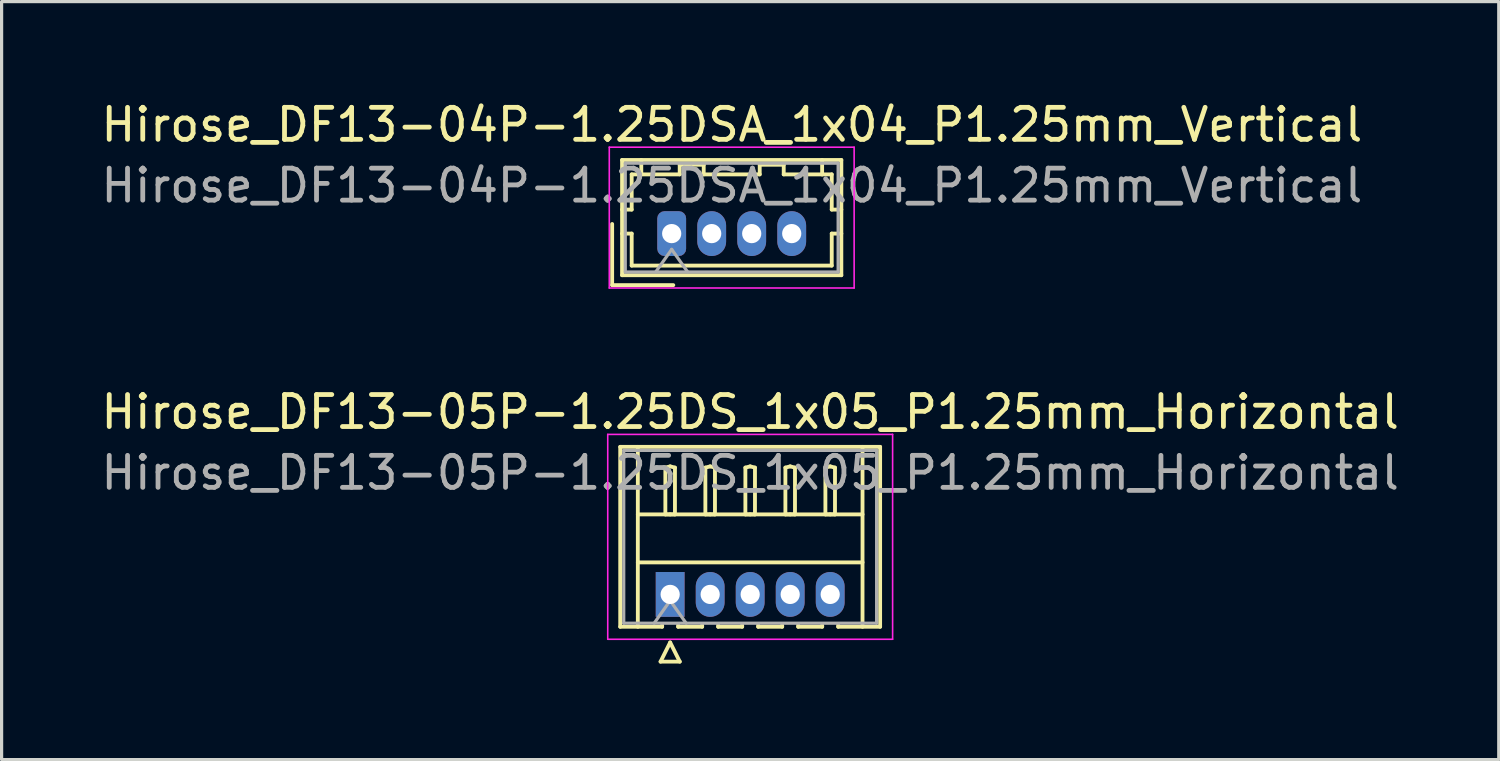
<source format=kicad_pcb>
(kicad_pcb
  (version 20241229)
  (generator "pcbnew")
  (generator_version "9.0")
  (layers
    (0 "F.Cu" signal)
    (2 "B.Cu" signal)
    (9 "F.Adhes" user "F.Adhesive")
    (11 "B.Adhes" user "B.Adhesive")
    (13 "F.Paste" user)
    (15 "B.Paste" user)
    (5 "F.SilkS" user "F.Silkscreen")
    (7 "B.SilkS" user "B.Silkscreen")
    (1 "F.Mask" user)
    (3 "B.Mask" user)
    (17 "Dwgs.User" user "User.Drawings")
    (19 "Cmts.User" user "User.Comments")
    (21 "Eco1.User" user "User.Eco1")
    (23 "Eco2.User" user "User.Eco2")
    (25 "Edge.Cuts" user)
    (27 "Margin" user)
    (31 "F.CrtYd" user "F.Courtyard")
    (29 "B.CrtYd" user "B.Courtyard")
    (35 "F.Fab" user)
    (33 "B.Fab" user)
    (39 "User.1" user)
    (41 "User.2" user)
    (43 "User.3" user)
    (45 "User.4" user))
  (footprint "Hirose_DF13-05P-1.25DS_1x05_P1.25mm_Horizontal"
    (layer "F.Cu")
    (at 17.887 15.521)
    (property "Reference" "Hirose_DF13-05P-1.25DS_1x05_P1.25mm_Horizontal" (at 2.5 -5.7 0) (layer "F.SilkS") (effects (font (size 1 1) (thickness 0.15))))
    (attr through_hole)
    (fp_line (start -1.56 -4.61) (end 6.56 -4.61) (stroke (width 0.12) (type solid)) (layer "F.SilkS"))
    (fp_line (start -1.56 1.01) (end -1.56 -4.61) (stroke (width 0.12) (type solid)) (layer "F.SilkS"))
    (fp_line (start -1.01 -4.61) (end -1.01 1.01) (stroke (width 0.12) (type solid)) (layer "F.SilkS"))
    (fp_line (start -1.01 -2.5) (end 6.01 -2.5) (stroke (width 0.12) (type solid)) (layer "F.SilkS"))
    (fp_line (start -1.01 -1) (end 6.01 -1) (stroke (width 0.12) (type solid)) (layer "F.SilkS"))
    (fp_line (start -0.3 2.1) (end 0.3 2.1) (stroke (width 0.12) (type solid)) (layer "F.SilkS"))
    (fp_line (start -0.25 0.96) (end -0.25 1.01) (stroke (width 0.12) (type solid)) (layer "F.SilkS"))
    (fp_line (start -0.25 1.01) (end -1.56 1.01) (stroke (width 0.12) (type solid)) (layer "F.SilkS"))
    (fp_line (start -0.15 -3.962) (end 0 -4) (stroke (width 0.12) (type solid)) (layer "F.SilkS"))
    (fp_line (start -0.15 -2.5) (end -0.15 -3.962) (stroke (width 0.12) (type solid)) (layer "F.SilkS"))
    (fp_line (start 0 -4) (end 0.15 -3.962) (stroke (width 0.12) (type solid)) (layer "F.SilkS"))
    (fp_line (start 0 -2.5) (end -0.15 -2.5) (stroke (width 0.12) (type solid)) (layer "F.SilkS"))
    (fp_line (start 0 1.5) (end -0.3 2.1) (stroke (width 0.12) (type solid)) (layer "F.SilkS"))
    (fp_line (start 0.15 -3.962) (end 0.15 -2.5) (stroke (width 0.12) (type solid)) (layer "F.SilkS"))
    (fp_line (start 0.15 -2.5) (end 0 -2.5) (stroke (width 0.12) (type solid)) (layer "F.SilkS"))
    (fp_line (start 0.25 0.96) (end 0.25 1.01) (stroke (width 0.12) (type solid)) (layer "F.SilkS"))
    (fp_line (start 0.25 1.01) (end 1 1.01) (stroke (width 0.12) (type solid)) (layer "F.SilkS"))
    (fp_line (start 0.3 2.1) (end 0 1.5) (stroke (width 0.12) (type solid)) (layer "F.SilkS"))
    (fp_line (start 1 1.01) (end 1 0.96) (stroke (width 0.12) (type solid)) (layer "F.SilkS"))
    (fp_line (start 1.1 -3.962) (end 1.25 -4) (stroke (width 0.12) (type solid)) (layer "F.SilkS"))
    (fp_line (start 1.1 -2.5) (end 1.1 -3.962) (stroke (width 0.12) (type solid)) (layer "F.SilkS"))
    (fp_line (start 1.25 -4) (end 1.4 -3.962) (stroke (width 0.12) (type solid)) (layer "F.SilkS"))
    (fp_line (start 1.25 -2.5) (end 1.1 -2.5) (stroke (width 0.12) (type solid)) (layer "F.SilkS"))
    (fp_line (start 1.4 -3.962) (end 1.4 -2.5) (stroke (width 0.12) (type solid)) (layer "F.SilkS"))
    (fp_line (start 1.4 -2.5) (end 1.25 -2.5) (stroke (width 0.12) (type solid)) (layer "F.SilkS"))
    (fp_line (start 1.5 0.96) (end 1.5 1.01) (stroke (width 0.12) (type solid)) (layer "F.SilkS"))
    (fp_line (start 1.5 1.01) (end 2.25 1.01) (stroke (width 0.12) (type solid)) (layer "F.SilkS"))
    (fp_line (start 2.25 1.01) (end 2.25 0.96) (stroke (width 0.12) (type solid)) (layer "F.SilkS"))
    (fp_line (start 2.35 -3.962) (end 2.5 -4) (stroke (width 0.12) (type solid)) (layer "F.SilkS"))
    (fp_line (start 2.35 -2.5) (end 2.35 -3.962) (stroke (width 0.12) (type solid)) (layer "F.SilkS"))
    (fp_line (start 2.5 -4) (end 2.65 -3.962) (stroke (width 0.12) (type solid)) (layer "F.SilkS"))
    (fp_line (start 2.5 -2.5) (end 2.35 -2.5) (stroke (width 0.12) (type solid)) (layer "F.SilkS"))
    (fp_line (start 2.65 -3.962) (end 2.65 -2.5) (stroke (width 0.12) (type solid)) (layer "F.SilkS"))
    (fp_line (start 2.65 -2.5) (end 2.5 -2.5) (stroke (width 0.12) (type solid)) (layer "F.SilkS"))
    (fp_line (start 2.75 0.96) (end 2.75 1.01) (stroke (width 0.12) (type solid)) (layer "F.SilkS"))
    (fp_line (start 2.75 1.01) (end 3.5 1.01) (stroke (width 0.12) (type solid)) (layer "F.SilkS"))
    (fp_line (start 3.5 1.01) (end 3.5 0.96) (stroke (width 0.12) (type solid)) (layer "F.SilkS"))
    (fp_line (start 3.6 -3.962) (end 3.75 -4) (stroke (width 0.12) (type solid)) (layer "F.SilkS"))
    (fp_line (start 3.6 -2.5) (end 3.6 -3.962) (stroke (width 0.12) (type solid)) (layer "F.SilkS"))
    (fp_line (start 3.75 -4) (end 3.9 -3.962) (stroke (width 0.12) (type solid)) (layer "F.SilkS"))
    (fp_line (start 3.75 -2.5) (end 3.6 -2.5) (stroke (width 0.12) (type solid)) (layer "F.SilkS"))
    (fp_line (start 3.9 -3.962) (end 3.9 -2.5) (stroke (width 0.12) (type solid)) (layer "F.SilkS"))
    (fp_line (start 3.9 -2.5) (end 3.75 -2.5) (stroke (width 0.12) (type solid)) (layer "F.SilkS"))
    (fp_line (start 4 0.96) (end 4 1.01) (stroke (width 0.12) (type solid)) (layer "F.SilkS"))
    (fp_line (start 4 1.01) (end 4.75 1.01) (stroke (width 0.12) (type solid)) (layer "F.SilkS"))
    (fp_line (start 4.75 1.01) (end 4.75 0.96) (stroke (width 0.12) (type solid)) (layer "F.SilkS"))
    (fp_line (start 4.85 -3.962) (end 5 -4) (stroke (width 0.12) (type solid)) (layer "F.SilkS"))
    (fp_line (start 4.85 -2.5) (end 4.85 -3.962) (stroke (width 0.12) (type solid)) (layer "F.SilkS"))
    (fp_line (start 5 -4) (end 5.15 -3.962) (stroke (width 0.12) (type solid)) (layer "F.SilkS"))
    (fp_line (start 5 -2.5) (end 4.85 -2.5) (stroke (width 0.12) (type solid)) (layer "F.SilkS"))
    (fp_line (start 5.15 -3.962) (end 5.15 -2.5) (stroke (width 0.12) (type solid)) (layer "F.SilkS"))
    (fp_line (start 5.15 -2.5) (end 5 -2.5) (stroke (width 0.12) (type solid)) (layer "F.SilkS"))
    (fp_line (start 5.25 1.01) (end 5.25 0.96) (stroke (width 0.12) (type solid)) (layer "F.SilkS"))
    (fp_line (start 6.01 -4.61) (end 6.01 1.01) (stroke (width 0.12) (type solid)) (layer "F.SilkS"))
    (fp_line (start 6.56 -4.61) (end 6.56 1.01) (stroke (width 0.12) (type solid)) (layer "F.SilkS"))
    (fp_line (start 6.56 1.01) (end 5.25 1.01) (stroke (width 0.12) (type solid)) (layer "F.SilkS"))
    (fp_line (start -1.95 -5) (end -1.95 1.4) (stroke (width 0.05) (type solid)) (layer "F.CrtYd"))
    (fp_line (start -1.95 1.4) (end 6.95 1.4) (stroke (width 0.05) (type solid)) (layer "F.CrtYd"))
    (fp_line (start 6.95 -5) (end -1.95 -5) (stroke (width 0.05) (type solid)) (layer "F.CrtYd"))
    (fp_line (start 6.95 1.4) (end 6.95 -5) (stroke (width 0.05) (type solid)) (layer "F.CrtYd"))
    (fp_line (start -1.45 -4.5) (end -1.45 0.9) (stroke (width 0.1) (type solid)) (layer "F.Fab"))
    (fp_line (start -1.45 0.9) (end 6.45 0.9) (stroke (width 0.1) (type solid)) (layer "F.Fab"))
    (fp_line (start -0.5 0.9) (end 0 0.193) (stroke (width 0.1) (type solid)) (layer "F.Fab"))
    (fp_line (start 0 0.193) (end 0.5 0.9) (stroke (width 0.1) (type solid)) (layer "F.Fab"))
    (fp_line (start 6.45 -4.5) (end -1.45 -4.5) (stroke (width 0.1) (type solid)) (layer "F.Fab"))
    (fp_line (start 6.45 0.9) (end 6.45 -4.5) (stroke (width 0.1) (type solid)) (layer "F.Fab"))
    (fp_text user "${REFERENCE}" (at 2.5 -3.8 0) (layer "F.Fab") (effects (font (size 1 1) (thickness 0.15))))
    (pad "1" thru_hole rect (at 0 0) (size 0.9 1.4) (drill 0.6) (layers "*.Cu" "*.Mask"))
    (pad "2" thru_hole oval (at 1.25 0) (size 0.9 1.4) (drill 0.6) (layers "*.Cu" "*.Mask"))
    (pad "3" thru_hole oval (at 2.5 0) (size 0.9 1.4) (drill 0.6) (layers "*.Cu" "*.Mask"))
    (pad "4" thru_hole oval (at 3.75 0) (size 0.9 1.4) (drill 0.6) (layers "*.Cu" "*.Mask"))
    (pad "5" thru_hole oval (at 5 0) (size 0.9 1.4) (drill 0.6) (layers "*.Cu" "*.Mask")))
  (footprint "Hirose_DF13-04P-1.25DSA_1x04_P1.25mm_Vertical"
    (layer "F.Cu")
    (at 17.935 4.248)
    (property "Reference" "Hirose_DF13-04P-1.25DSA_1x04_P1.25mm_Vertical" (at 1.88 -3.4 0) (layer "F.SilkS") (effects (font (size 1 1) (thickness 0.15))))
    (attr through_hole)
    (fp_line (start -1.86 -0.3) (end -1.86 1.61) (stroke (width 0.12) (type solid)) (layer "F.SilkS"))
    (fp_line (start -1.86 1.61) (end 0.05 1.61) (stroke (width 0.12) (type solid)) (layer "F.SilkS"))
    (fp_line (start -1.55 -2.3) (end -1.55 1.3) (stroke (width 0.12) (type solid)) (layer "F.SilkS"))
    (fp_line (start -1.55 -0.75) (end -1.25 -0.75) (stroke (width 0.12) (type solid)) (layer "F.SilkS"))
    (fp_line (start -1.55 0) (end -1.25 0) (stroke (width 0.12) (type solid)) (layer "F.SilkS"))
    (fp_line (start -1.55 1.3) (end 5.3 1.3) (stroke (width 0.12) (type solid)) (layer "F.SilkS"))
    (fp_line (start -1.25 -1.85) (end -0.95 -1.85) (stroke (width 0.12) (type solid)) (layer "F.SilkS"))
    (fp_line (start -1.25 -0.75) (end -1.25 -1.85) (stroke (width 0.12) (type solid)) (layer "F.SilkS"))
    (fp_line (start -1.25 0) (end -1.25 1) (stroke (width 0.12) (type solid)) (layer "F.SilkS"))
    (fp_line (start -1.25 1) (end 5 1) (stroke (width 0.12) (type solid)) (layer "F.SilkS"))
    (fp_line (start -0.95 -1.85) (end -0.95 -2.3) (stroke (width 0.12) (type solid)) (layer "F.SilkS"))
    (fp_line (start -0.95 -1.85) (end 0.25 -1.85) (stroke (width 0.12) (type solid)) (layer "F.SilkS"))
    (fp_line (start 0.25 -2.15) (end 1 -2.15) (stroke (width 0.12) (type solid)) (layer "F.SilkS"))
    (fp_line (start 0.25 -1.85) (end 0.25 -2.15) (stroke (width 0.12) (type solid)) (layer "F.SilkS"))
    (fp_line (start 1 -2.15) (end 1 -1.85) (stroke (width 0.12) (type solid)) (layer "F.SilkS"))
    (fp_line (start 1 -1.85) (end 2.75 -1.85) (stroke (width 0.12) (type solid)) (layer "F.SilkS"))
    (fp_line (start 2.75 -2.15) (end 3.5 -2.15) (stroke (width 0.12) (type solid)) (layer "F.SilkS"))
    (fp_line (start 2.75 -1.85) (end 2.75 -2.15) (stroke (width 0.12) (type solid)) (layer "F.SilkS"))
    (fp_line (start 3.5 -2.15) (end 3.5 -1.85) (stroke (width 0.12) (type solid)) (layer "F.SilkS"))
    (fp_line (start 3.5 -1.85) (end 4.7 -1.85) (stroke (width 0.12) (type solid)) (layer "F.SilkS"))
    (fp_line (start 4.7 -1.85) (end 4.7 -2.3) (stroke (width 0.12) (type solid)) (layer "F.SilkS"))
    (fp_line (start 5 -1.85) (end 4.7 -1.85) (stroke (width 0.12) (type solid)) (layer "F.SilkS"))
    (fp_line (start 5 -0.75) (end 5 -1.85) (stroke (width 0.12) (type solid)) (layer "F.SilkS"))
    (fp_line (start 5 0) (end 5.3 0) (stroke (width 0.12) (type solid)) (layer "F.SilkS"))
    (fp_line (start 5 1) (end 5 0) (stroke (width 0.12) (type solid)) (layer "F.SilkS"))
    (fp_line (start 5.3 -2.3) (end -1.55 -2.3) (stroke (width 0.12) (type solid)) (layer "F.SilkS"))
    (fp_line (start 5.3 -0.75) (end 5 -0.75) (stroke (width 0.12) (type solid)) (layer "F.SilkS"))
    (fp_line (start 5.3 1.3) (end 5.3 -2.3) (stroke (width 0.12) (type solid)) (layer "F.SilkS"))
    (fp_line (start -1.95 -2.7) (end -1.95 1.7) (stroke (width 0.05) (type solid)) (layer "F.CrtYd"))
    (fp_line (start -1.95 1.7) (end 5.7 1.7) (stroke (width 0.05) (type solid)) (layer "F.CrtYd"))
    (fp_line (start 5.7 -2.7) (end -1.95 -2.7) (stroke (width 0.05) (type solid)) (layer "F.CrtYd"))
    (fp_line (start 5.7 1.7) (end 5.7 -2.7) (stroke (width 0.05) (type solid)) (layer "F.CrtYd"))
    (fp_line (start -1.45 -2.2) (end -1.45 1.2) (stroke (width 0.1) (type solid)) (layer "F.Fab"))
    (fp_line (start -1.45 1.2) (end 5.2 1.2) (stroke (width 0.1) (type solid)) (layer "F.Fab"))
    (fp_line (start -0.5 1.2) (end 0 0.493) (stroke (width 0.1) (type solid)) (layer "F.Fab"))
    (fp_line (start 0 0.493) (end 0.5 1.2) (stroke (width 0.1) (type solid)) (layer "F.Fab"))
    (fp_line (start 5.2 -2.2) (end -1.45 -2.2) (stroke (width 0.1) (type solid)) (layer "F.Fab"))
    (fp_line (start 5.2 1.2) (end 5.2 -2.2) (stroke (width 0.1) (type solid)) (layer "F.Fab"))
    (fp_text user "${REFERENCE}" (at 1.88 -1.5 0) (layer "F.Fab") (effects (font (size 1 1) (thickness 0.15))))
    (pad "1" thru_hole roundrect (at 0 0) (size 0.9 1.4) (drill 0.6) (layers "*.Cu" "*.Mask") (roundrect_rratio 0.25))
    (pad "2" thru_hole oval (at 1.25 0) (size 0.9 1.4) (drill 0.6) (layers "*.Cu" "*.Mask"))
    (pad "3" thru_hole oval (at 2.5 0) (size 0.9 1.4) (drill 0.6) (layers "*.Cu" "*.Mask"))
    (pad "4" thru_hole oval (at 3.75 0) (size 0.9 1.4) (drill 0.6) (layers "*.Cu" "*.Mask")))
  (gr_rect
    (start -3 -3)
    (end 43.774 20.681)
    (stroke (width 0.1) (type default))
    (fill no)
    (layer "Edge.Cuts")))
</source>
